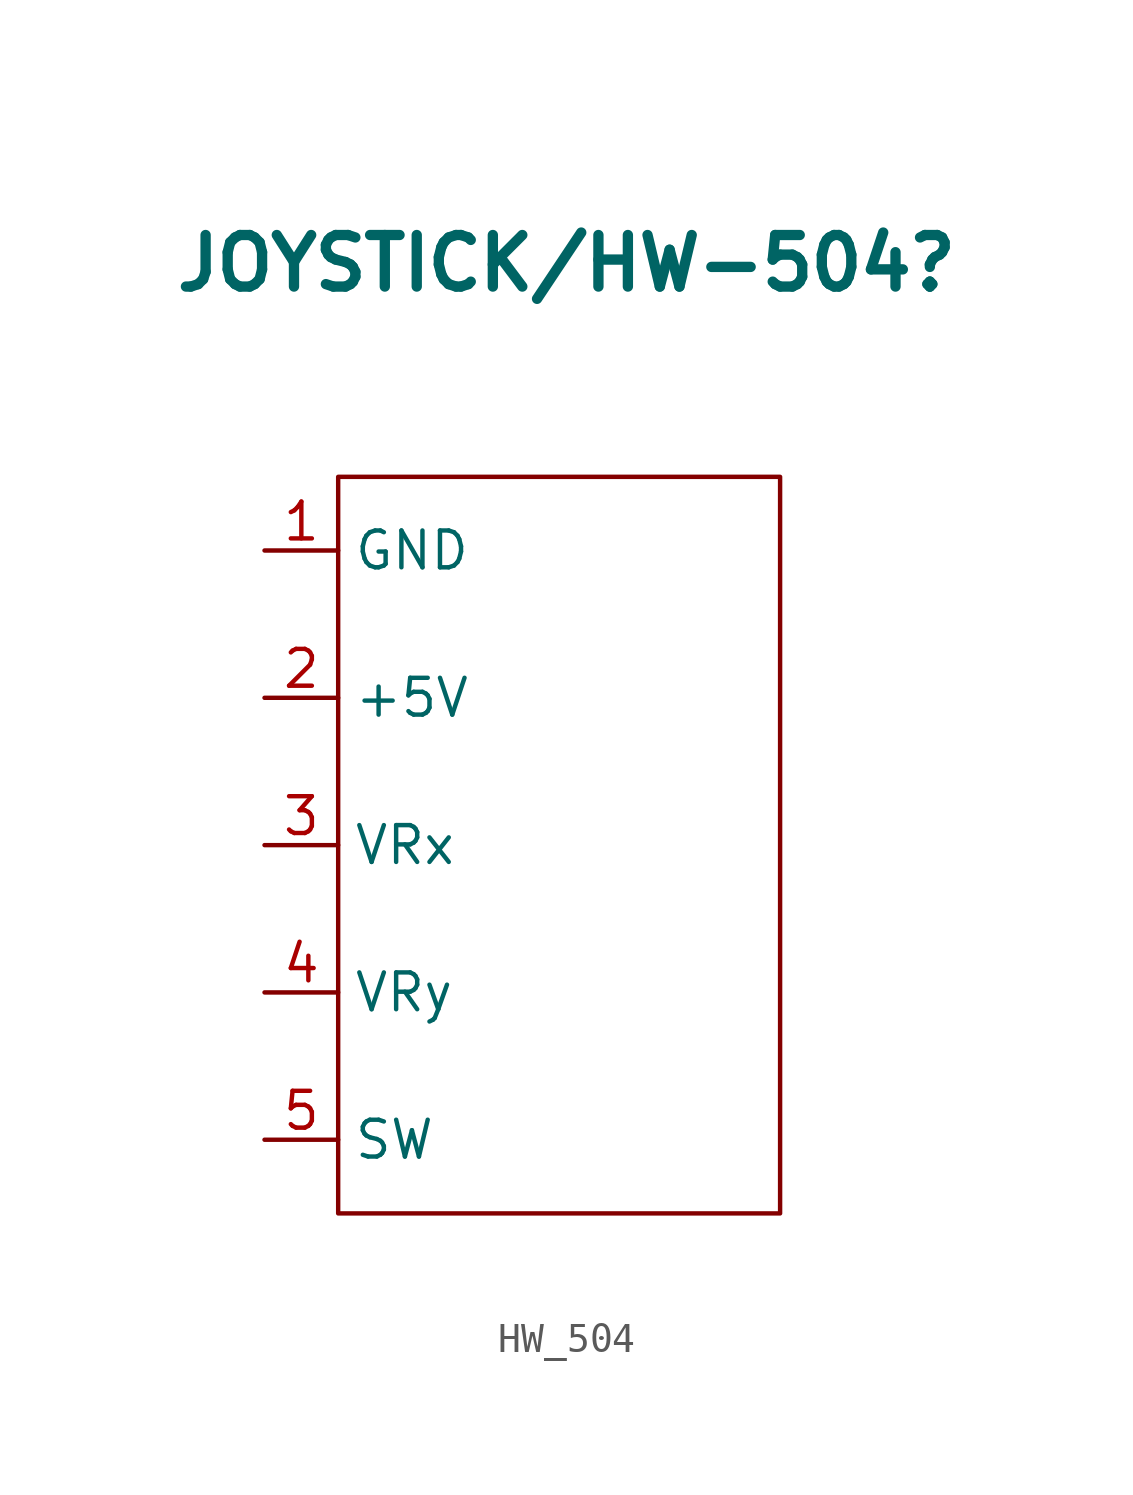
<source format=kicad_sym>
(kicad_symbol_lib
  (version 20241209)
  (generator "kicad_symbol_editor")
  (generator_version "9.0")
  (symbol "HW_504"
    (property "Reference" "JOYSTICK/HW-504"
      (at 0.254 20.066 0)
      (effects (font (size 1.778 1.778) (thickness 0.356) (bold yes))))
    (property "Value" ""
      (at 0 0 0)
      (effects (font (size 1.27 1.27))))
    (symbol "HW_504_0_1"
      (rectangle (start -7.62 12.7) (end 7.62 -12.7) (stroke (width 0) (type default)) (fill (type none))))
    (symbol "HW_504_1_1"
      (pin input line (at -10.16 10.16 0) (length 2.54) (name "GND" (effects (font (size 1.27 1.27)))) (number "1" (effects (font (size 1.27 1.27)))))
      (pin input line (at -10.16 5.08 0) (length 2.54) (name "+5V" (effects (font (size 1.27 1.27)))) (number "2" (effects (font (size 1.27 1.27)))))
      (pin input line (at -10.16 0 0) (length 2.54) (name "VRx" (effects (font (size 1.27 1.27)))) (number "3" (effects (font (size 1.27 1.27)))))
      (pin input line (at -10.16 -5.08 0) (length 2.54) (name "VRy" (effects (font (size 1.27 1.27)))) (number "4" (effects (font (size 1.27 1.27)))))
      (pin input line (at -10.16 -10.16 0) (length 2.54) (name "SW" (effects (font (size 1.27 1.27)))) (number "5" (effects (font (size 1.27 1.27))))))))
</source>
